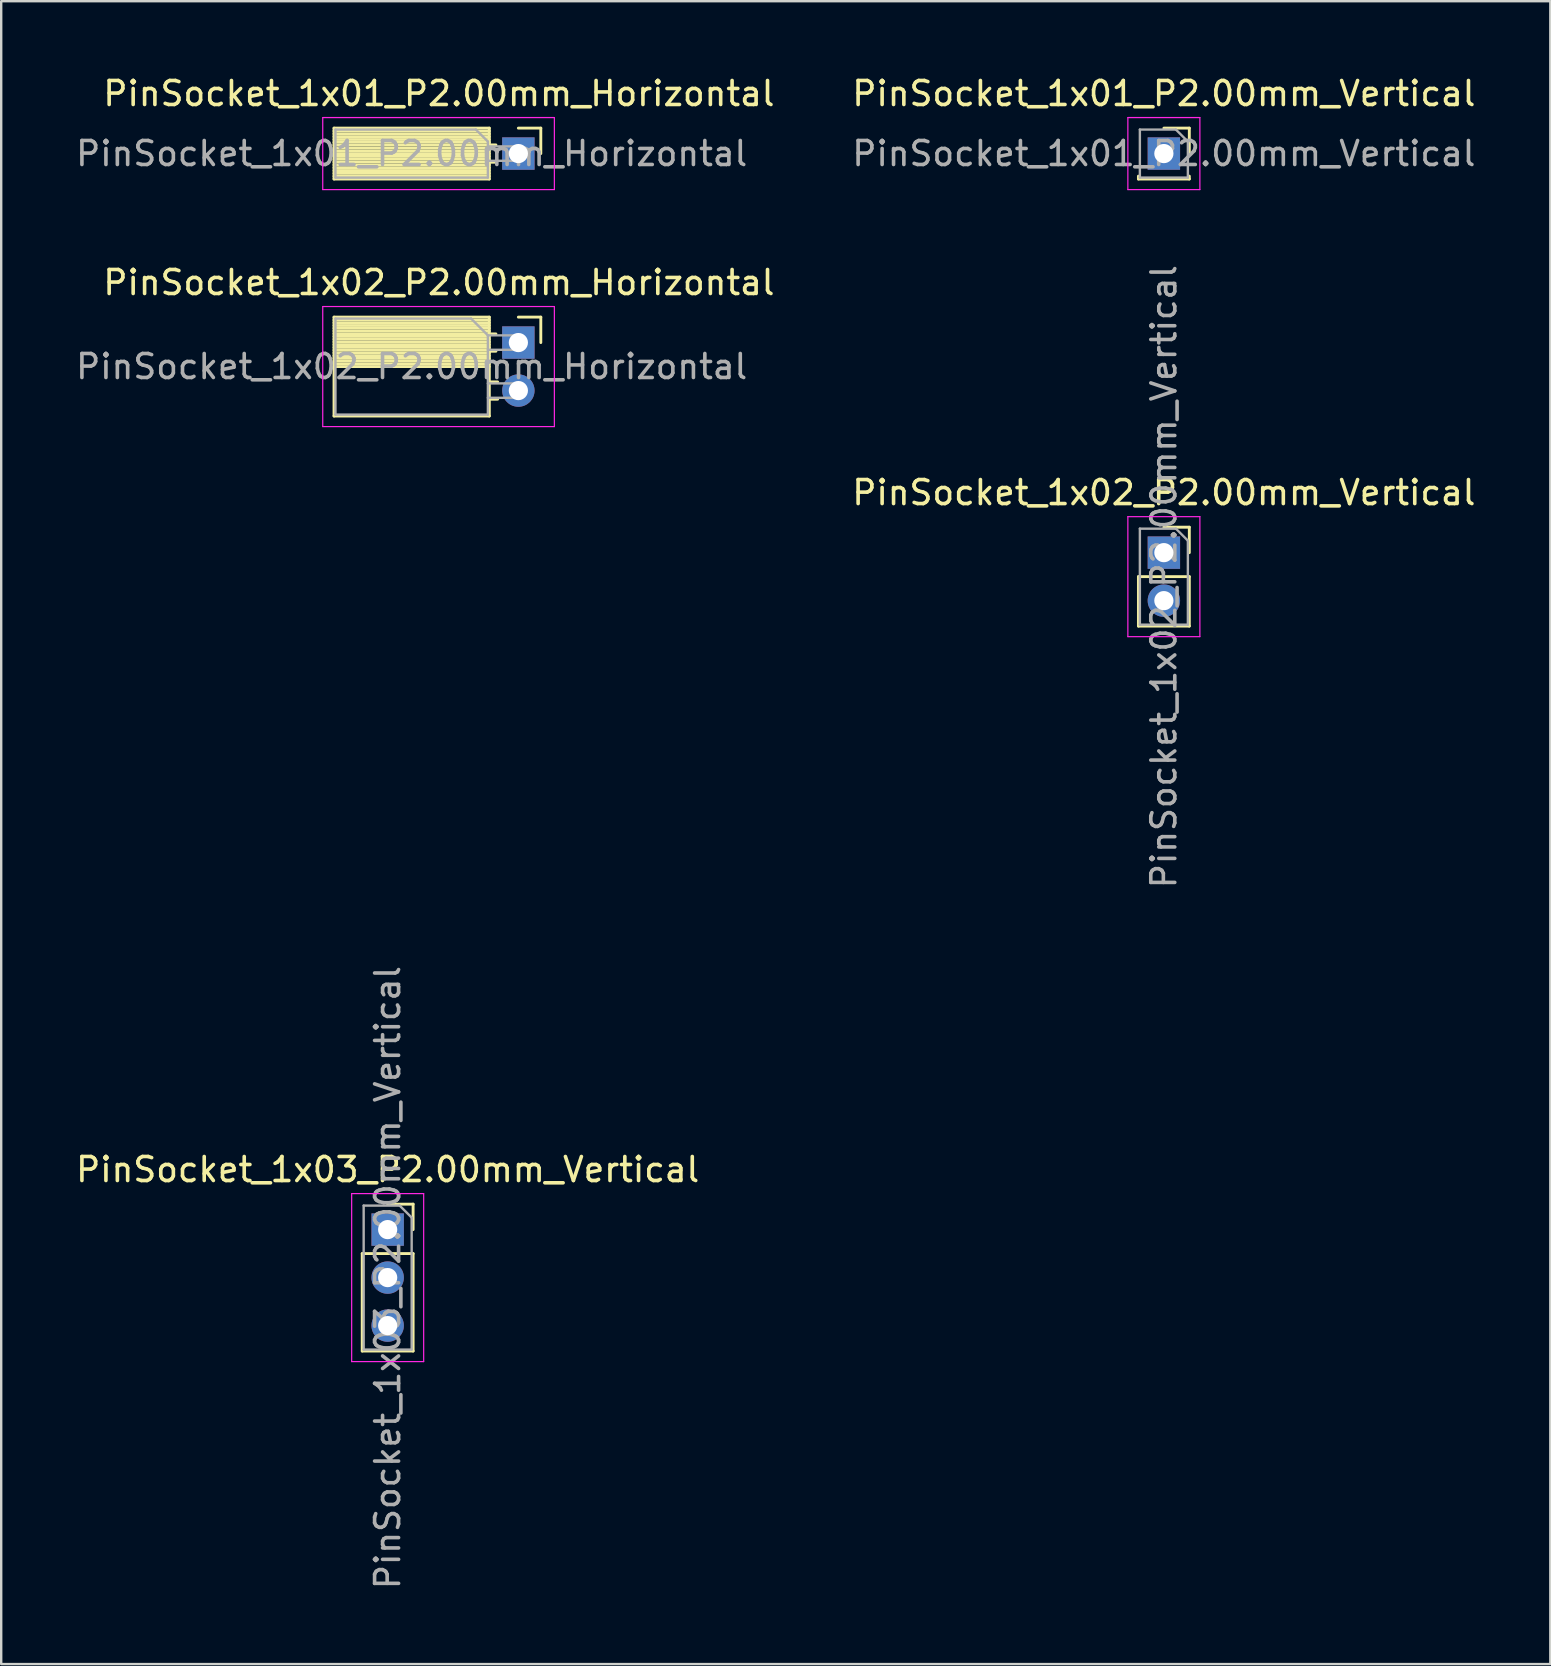
<source format=kicad_pcb>
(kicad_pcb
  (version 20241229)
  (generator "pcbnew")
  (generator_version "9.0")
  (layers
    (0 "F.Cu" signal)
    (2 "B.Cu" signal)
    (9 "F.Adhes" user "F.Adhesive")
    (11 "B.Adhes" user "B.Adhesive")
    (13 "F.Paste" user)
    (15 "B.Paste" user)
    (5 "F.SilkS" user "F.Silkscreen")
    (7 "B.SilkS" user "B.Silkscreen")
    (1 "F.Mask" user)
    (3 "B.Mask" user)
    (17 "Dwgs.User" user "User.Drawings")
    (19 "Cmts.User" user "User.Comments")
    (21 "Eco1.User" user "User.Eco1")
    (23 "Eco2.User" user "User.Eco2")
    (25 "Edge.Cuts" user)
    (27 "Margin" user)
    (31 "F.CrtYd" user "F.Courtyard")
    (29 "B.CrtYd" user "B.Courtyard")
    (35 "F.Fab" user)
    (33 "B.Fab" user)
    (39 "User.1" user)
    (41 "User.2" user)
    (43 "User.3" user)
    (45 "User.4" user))
  (footprint "PinSocket_1x03_P2.00mm_Vertical"
    (layer "F.Cu")
    (at 13.101 48.177)
    (property "Reference" "PinSocket_1x03_P2.00mm_Vertical" (at 0 -2.5 0) (layer "F.SilkS") (effects (font (size 1 1) (thickness 0.15))))
    (attr through_hole)
    (fp_line (start -1.06 1) (end -1.06 5.06) (stroke (width 0.12) (type solid)) (layer "F.SilkS"))
    (fp_line (start -1.06 1) (end 1.06 1) (stroke (width 0.12) (type solid)) (layer "F.SilkS"))
    (fp_line (start -1.06 5.06) (end 1.06 5.06) (stroke (width 0.12) (type solid)) (layer "F.SilkS"))
    (fp_line (start 0 -1.06) (end 1.06 -1.06) (stroke (width 0.12) (type solid)) (layer "F.SilkS"))
    (fp_line (start 1.06 -1.06) (end 1.06 0) (stroke (width 0.12) (type solid)) (layer "F.SilkS"))
    (fp_line (start 1.06 1) (end 1.06 5.06) (stroke (width 0.12) (type solid)) (layer "F.SilkS"))
    (fp_line (start -1.5 -1.5) (end 1.5 -1.5) (stroke (width 0.05) (type solid)) (layer "F.CrtYd"))
    (fp_line (start -1.5 5.5) (end -1.5 -1.5) (stroke (width 0.05) (type solid)) (layer "F.CrtYd"))
    (fp_line (start 1.5 -1.5) (end 1.5 5.5) (stroke (width 0.05) (type solid)) (layer "F.CrtYd"))
    (fp_line (start 1.5 5.5) (end -1.5 5.5) (stroke (width 0.05) (type solid)) (layer "F.CrtYd"))
    (fp_line (start -1 -1) (end 0.5 -1) (stroke (width 0.1) (type solid)) (layer "F.Fab"))
    (fp_line (start -1 5) (end -1 -1) (stroke (width 0.1) (type solid)) (layer "F.Fab"))
    (fp_line (start 0.5 -1) (end 1 -0.5) (stroke (width 0.1) (type solid)) (layer "F.Fab"))
    (fp_line (start 1 -0.5) (end 1 5) (stroke (width 0.1) (type solid)) (layer "F.Fab"))
    (fp_line (start 1 5) (end -1 5) (stroke (width 0.1) (type solid)) (layer "F.Fab"))
    (fp_text user "${REFERENCE}" (at 0 2 90) (layer "F.Fab") (effects (font (size 1 1) (thickness 0.15))))
    (pad "1" thru_hole rect (at 0 0) (size 1.35 1.35) (drill 0.8) (layers "*.Cu" "*.Mask"))
    (pad "2" thru_hole oval (at 0 2) (size 1.35 1.35) (drill 0.8) (layers "*.Cu" "*.Mask"))
    (pad "3" thru_hole oval (at 0 4) (size 1.35 1.35) (drill 0.8) (layers "*.Cu" "*.Mask")))
  (footprint "PinSocket_1x02_P2.00mm_Vertical"
    (layer "F.Cu")
    (at 45.439 19.974)
    (property "Reference" "PinSocket_1x02_P2.00mm_Vertical" (at 0 -2.5 0) (layer "F.SilkS") (effects (font (size 1 1) (thickness 0.15))))
    (attr through_hole)
    (fp_line (start -1.06 1) (end -1.06 3.06) (stroke (width 0.12) (type solid)) (layer "F.SilkS"))
    (fp_line (start -1.06 1) (end 1.06 1) (stroke (width 0.12) (type solid)) (layer "F.SilkS"))
    (fp_line (start -1.06 3.06) (end 1.06 3.06) (stroke (width 0.12) (type solid)) (layer "F.SilkS"))
    (fp_line (start 0 -1.06) (end 1.06 -1.06) (stroke (width 0.12) (type solid)) (layer "F.SilkS"))
    (fp_line (start 1.06 -1.06) (end 1.06 0) (stroke (width 0.12) (type solid)) (layer "F.SilkS"))
    (fp_line (start 1.06 1) (end 1.06 3.06) (stroke (width 0.12) (type solid)) (layer "F.SilkS"))
    (fp_line (start -1.5 -1.5) (end 1.5 -1.5) (stroke (width 0.05) (type solid)) (layer "F.CrtYd"))
    (fp_line (start -1.5 3.5) (end -1.5 -1.5) (stroke (width 0.05) (type solid)) (layer "F.CrtYd"))
    (fp_line (start 1.5 -1.5) (end 1.5 3.5) (stroke (width 0.05) (type solid)) (layer "F.CrtYd"))
    (fp_line (start 1.5 3.5) (end -1.5 3.5) (stroke (width 0.05) (type solid)) (layer "F.CrtYd"))
    (fp_line (start -1 -1) (end 0.5 -1) (stroke (width 0.1) (type solid)) (layer "F.Fab"))
    (fp_line (start -1 3) (end -1 -1) (stroke (width 0.1) (type solid)) (layer "F.Fab"))
    (fp_line (start 0.5 -1) (end 1 -0.5) (stroke (width 0.1) (type solid)) (layer "F.Fab"))
    (fp_line (start 1 -0.5) (end 1 3) (stroke (width 0.1) (type solid)) (layer "F.Fab"))
    (fp_line (start 1 3) (end -1 3) (stroke (width 0.1) (type solid)) (layer "F.Fab"))
    (fp_text user "${REFERENCE}" (at 0 1 90) (layer "F.Fab") (effects (font (size 1 1) (thickness 0.15))))
    (pad "1" thru_hole rect (at 0 0) (size 1.35 1.35) (drill 0.8) (layers "*.Cu" "*.Mask"))
    (pad "2" thru_hole oval (at 0 2) (size 1.35 1.35) (drill 0.8) (layers "*.Cu" "*.Mask")))
  (footprint "PinSocket_1x01_P2.00mm_Horizontal"
    (layer "F.Cu")
    (at 18.546 3.348)
    (property "Reference" "PinSocket_1x01_P2.00mm_Horizontal" (at -3.31 -2.5 0) (layer "F.SilkS") (effects (font (size 1 1) (thickness 0.15))))
    (attr through_hole)
    (fp_line (start -7.68 -1.06) (end -7.68 1.06) (stroke (width 0.12) (type solid)) (layer "F.SilkS"))
    (fp_line (start -7.68 -1.06) (end -1.21 -1.06) (stroke (width 0.12) (type solid)) (layer "F.SilkS"))
    (fp_line (start -7.68 -0.94) (end -1.21 -0.94) (stroke (width 0.12) (type solid)) (layer "F.SilkS"))
    (fp_line (start -7.68 -0.822) (end -1.21 -0.822) (stroke (width 0.12) (type solid)) (layer "F.SilkS"))
    (fp_line (start -7.68 -0.705) (end -1.21 -0.705) (stroke (width 0.12) (type solid)) (layer "F.SilkS"))
    (fp_line (start -7.68 -0.587) (end -1.21 -0.587) (stroke (width 0.12) (type solid)) (layer "F.SilkS"))
    (fp_line (start -7.68 -0.469) (end -1.21 -0.469) (stroke (width 0.12) (type solid)) (layer "F.SilkS"))
    (fp_line (start -7.68 -0.352) (end -1.21 -0.352) (stroke (width 0.12) (type solid)) (layer "F.SilkS"))
    (fp_line (start -7.68 -0.234) (end -1.21 -0.234) (stroke (width 0.12) (type solid)) (layer "F.SilkS"))
    (fp_line (start -7.68 -0.116) (end -1.21 -0.116) (stroke (width 0.12) (type solid)) (layer "F.SilkS"))
    (fp_line (start -7.68 0.001) (end -1.21 0.001) (stroke (width 0.12) (type solid)) (layer "F.SilkS"))
    (fp_line (start -7.68 0.119) (end -1.21 0.119) (stroke (width 0.12) (type solid)) (layer "F.SilkS"))
    (fp_line (start -7.68 0.236) (end -1.21 0.236) (stroke (width 0.12) (type solid)) (layer "F.SilkS"))
    (fp_line (start -7.68 0.354) (end -1.21 0.354) (stroke (width 0.12) (type solid)) (layer "F.SilkS"))
    (fp_line (start -7.68 0.472) (end -1.21 0.472) (stroke (width 0.12) (type solid)) (layer "F.SilkS"))
    (fp_line (start -7.68 0.589) (end -1.21 0.589) (stroke (width 0.12) (type solid)) (layer "F.SilkS"))
    (fp_line (start -7.68 0.707) (end -1.21 0.707) (stroke (width 0.12) (type solid)) (layer "F.SilkS"))
    (fp_line (start -7.68 0.825) (end -1.21 0.825) (stroke (width 0.12) (type solid)) (layer "F.SilkS"))
    (fp_line (start -7.68 0.942) (end -1.21 0.942) (stroke (width 0.12) (type solid)) (layer "F.SilkS"))
    (fp_line (start -7.68 1.06) (end -1.21 1.06) (stroke (width 0.12) (type solid)) (layer "F.SilkS"))
    (fp_line (start -1.21 -1.06) (end -1.21 1.06) (stroke (width 0.12) (type solid)) (layer "F.SilkS"))
    (fp_line (start -1.21 -0.36) (end -0.935 -0.36) (stroke (width 0.12) (type solid)) (layer "F.SilkS"))
    (fp_line (start -1.21 0.36) (end -0.935 0.36) (stroke (width 0.12) (type solid)) (layer "F.SilkS"))
    (fp_line (start 0 -1.06) (end 0.935 -1.06) (stroke (width 0.12) (type solid)) (layer "F.SilkS"))
    (fp_line (start 0.935 -1.06) (end 0.935 0) (stroke (width 0.12) (type solid)) (layer "F.SilkS"))
    (fp_line (start -8.15 -1.5) (end -8.15 1.5) (stroke (width 0.05) (type solid)) (layer "F.CrtYd"))
    (fp_line (start -8.15 1.5) (end 1.5 1.5) (stroke (width 0.05) (type solid)) (layer "F.CrtYd"))
    (fp_line (start 1.5 -1.5) (end -8.15 -1.5) (stroke (width 0.05) (type solid)) (layer "F.CrtYd"))
    (fp_line (start 1.5 1.5) (end 1.5 -1.5) (stroke (width 0.05) (type solid)) (layer "F.CrtYd"))
    (fp_line (start -7.62 -1) (end -1.77 -1) (stroke (width 0.1) (type solid)) (layer "F.Fab"))
    (fp_line (start -7.62 1) (end -7.62 -1) (stroke (width 0.1) (type solid)) (layer "F.Fab"))
    (fp_line (start -1.77 -1) (end -1.27 -0.5) (stroke (width 0.1) (type solid)) (layer "F.Fab"))
    (fp_line (start -1.27 -0.5) (end -1.27 1) (stroke (width 0.1) (type solid)) (layer "F.Fab"))
    (fp_line (start -1.27 0.3) (end 0 0.3) (stroke (width 0.1) (type solid)) (layer "F.Fab"))
    (fp_line (start -1.27 1) (end -7.62 1) (stroke (width 0.1) (type solid)) (layer "F.Fab"))
    (fp_line (start 0 -0.3) (end -1.27 -0.3) (stroke (width 0.1) (type solid)) (layer "F.Fab"))
    (fp_line (start 0 0.3) (end 0 -0.3) (stroke (width 0.1) (type solid)) (layer "F.Fab"))
    (fp_text user "${REFERENCE}" (at -4.445 0 0) (layer "F.Fab") (effects (font (size 1 1) (thickness 0.15))))
    (pad "1" thru_hole rect (at 0 0) (size 1.35 1.35) (drill 0.8) (layers "*.Cu" "*.Mask")))
  (footprint "PinSocket_1x02_P2.00mm_Horizontal"
    (layer "F.Cu")
    (at 18.546 11.222)
    (property "Reference" "PinSocket_1x02_P2.00mm_Horizontal" (at -3.31 -2.5 0) (layer "F.SilkS") (effects (font (size 1 1) (thickness 0.15))))
    (attr through_hole)
    (fp_line (start -7.68 -1.06) (end -7.68 3.06) (stroke (width 0.12) (type solid)) (layer "F.SilkS"))
    (fp_line (start -7.68 -1.06) (end -1.21 -1.06) (stroke (width 0.12) (type solid)) (layer "F.SilkS"))
    (fp_line (start -7.68 -0.94) (end -1.21 -0.94) (stroke (width 0.12) (type solid)) (layer "F.SilkS"))
    (fp_line (start -7.68 -0.826) (end -1.21 -0.826) (stroke (width 0.12) (type solid)) (layer "F.SilkS"))
    (fp_line (start -7.68 -0.712) (end -1.21 -0.712) (stroke (width 0.12) (type solid)) (layer "F.SilkS"))
    (fp_line (start -7.68 -0.598) (end -1.21 -0.598) (stroke (width 0.12) (type solid)) (layer "F.SilkS"))
    (fp_line (start -7.68 -0.484) (end -1.21 -0.484) (stroke (width 0.12) (type solid)) (layer "F.SilkS"))
    (fp_line (start -7.68 -0.369) (end -1.21 -0.369) (stroke (width 0.12) (type solid)) (layer "F.SilkS"))
    (fp_line (start -7.68 -0.255) (end -1.21 -0.255) (stroke (width 0.12) (type solid)) (layer "F.SilkS"))
    (fp_line (start -7.68 -0.141) (end -1.21 -0.141) (stroke (width 0.12) (type solid)) (layer "F.SilkS"))
    (fp_line (start -7.68 -0.027) (end -1.21 -0.027) (stroke (width 0.12) (type solid)) (layer "F.SilkS"))
    (fp_line (start -7.68 0.087) (end -1.21 0.087) (stroke (width 0.12) (type solid)) (layer "F.SilkS"))
    (fp_line (start -7.68 0.201) (end -1.21 0.201) (stroke (width 0.12) (type solid)) (layer "F.SilkS"))
    (fp_line (start -7.68 0.315) (end -1.21 0.315) (stroke (width 0.12) (type solid)) (layer "F.SilkS"))
    (fp_line (start -7.68 0.429) (end -1.21 0.429) (stroke (width 0.12) (type solid)) (layer "F.SilkS"))
    (fp_line (start -7.68 0.544) (end -1.21 0.544) (stroke (width 0.12) (type solid)) (layer "F.SilkS"))
    (fp_line (start -7.68 0.658) (end -1.21 0.658) (stroke (width 0.12) (type solid)) (layer "F.SilkS"))
    (fp_line (start -7.68 0.772) (end -1.21 0.772) (stroke (width 0.12) (type solid)) (layer "F.SilkS"))
    (fp_line (start -7.68 0.886) (end -1.21 0.886) (stroke (width 0.12) (type solid)) (layer "F.SilkS"))
    (fp_line (start -7.68 1) (end -1.21 1) (stroke (width 0.12) (type solid)) (layer "F.SilkS"))
    (fp_line (start -7.68 3.06) (end -1.21 3.06) (stroke (width 0.12) (type solid)) (layer "F.SilkS"))
    (fp_line (start -1.21 -1.06) (end -1.21 3.06) (stroke (width 0.12) (type solid)) (layer "F.SilkS"))
    (fp_line (start -1.21 -0.36) (end -0.935 -0.36) (stroke (width 0.12) (type solid)) (layer "F.SilkS"))
    (fp_line (start -1.21 0.36) (end -0.935 0.36) (stroke (width 0.12) (type solid)) (layer "F.SilkS"))
    (fp_line (start -1.21 1.64) (end -0.863 1.64) (stroke (width 0.12) (type solid)) (layer "F.SilkS"))
    (fp_line (start -1.21 2.36) (end -0.863 2.36) (stroke (width 0.12) (type solid)) (layer "F.SilkS"))
    (fp_line (start 0 -1.06) (end 0.935 -1.06) (stroke (width 0.12) (type solid)) (layer "F.SilkS"))
    (fp_line (start 0.935 -1.06) (end 0.935 0) (stroke (width 0.12) (type solid)) (layer "F.SilkS"))
    (fp_line (start -8.15 -1.5) (end -8.15 3.5) (stroke (width 0.05) (type solid)) (layer "F.CrtYd"))
    (fp_line (start -8.15 3.5) (end 1.5 3.5) (stroke (width 0.05) (type solid)) (layer "F.CrtYd"))
    (fp_line (start 1.5 -1.5) (end -8.15 -1.5) (stroke (width 0.05) (type solid)) (layer "F.CrtYd"))
    (fp_line (start 1.5 3.5) (end 1.5 -1.5) (stroke (width 0.05) (type solid)) (layer "F.CrtYd"))
    (fp_line (start -7.62 -1) (end -1.97 -1) (stroke (width 0.1) (type solid)) (layer "F.Fab"))
    (fp_line (start -7.62 3) (end -7.62 -1) (stroke (width 0.1) (type solid)) (layer "F.Fab"))
    (fp_line (start -1.97 -1) (end -1.27 -0.3) (stroke (width 0.1) (type solid)) (layer "F.Fab"))
    (fp_line (start -1.27 -0.3) (end -1.27 3) (stroke (width 0.1) (type solid)) (layer "F.Fab"))
    (fp_line (start -1.27 0.3) (end 0 0.3) (stroke (width 0.1) (type solid)) (layer "F.Fab"))
    (fp_line (start -1.27 2.3) (end 0 2.3) (stroke (width 0.1) (type solid)) (layer "F.Fab"))
    (fp_line (start -1.27 3) (end -7.62 3) (stroke (width 0.1) (type solid)) (layer "F.Fab"))
    (fp_line (start 0 -0.3) (end -1.27 -0.3) (stroke (width 0.1) (type solid)) (layer "F.Fab"))
    (fp_line (start 0 0.3) (end 0 -0.3) (stroke (width 0.1) (type solid)) (layer "F.Fab"))
    (fp_line (start 0 1.7) (end -1.27 1.7) (stroke (width 0.1) (type solid)) (layer "F.Fab"))
    (fp_line (start 0 2.3) (end 0 1.7) (stroke (width 0.1) (type solid)) (layer "F.Fab"))
    (fp_text user "${REFERENCE}" (at -4.445 1 0) (layer "F.Fab") (effects (font (size 1 1) (thickness 0.15))))
    (pad "1" thru_hole rect (at 0 0) (size 1.35 1.35) (drill 0.8) (layers "*.Cu" "*.Mask"))
    (pad "2" thru_hole oval (at 0 2) (size 1.35 1.35) (drill 0.8) (layers "*.Cu" "*.Mask")))
  (footprint "PinSocket_1x01_P2.00mm_Vertical"
    (layer "F.Cu")
    (at 45.439 3.348)
    (property "Reference" "PinSocket_1x01_P2.00mm_Vertical" (at 0 -2.5 0) (layer "F.SilkS") (effects (font (size 1 1) (thickness 0.15))))
    (attr through_hole)
    (fp_line (start -1.06 0.94) (end -1.06 1.06) (stroke (width 0.12) (type solid)) (layer "F.SilkS"))
    (fp_line (start -1.06 1.06) (end 1.06 1.06) (stroke (width 0.12) (type solid)) (layer "F.SilkS"))
    (fp_line (start 0 -1.06) (end 1.06 -1.06) (stroke (width 0.12) (type solid)) (layer "F.SilkS"))
    (fp_line (start 1.06 -1.06) (end 1.06 0) (stroke (width 0.12) (type solid)) (layer "F.SilkS"))
    (fp_line (start 1.06 0.94) (end 1.06 1.06) (stroke (width 0.12) (type solid)) (layer "F.SilkS"))
    (fp_line (start -1.5 -1.5) (end 1.5 -1.5) (stroke (width 0.05) (type solid)) (layer "F.CrtYd"))
    (fp_line (start -1.5 1.5) (end -1.5 -1.5) (stroke (width 0.05) (type solid)) (layer "F.CrtYd"))
    (fp_line (start 1.5 -1.5) (end 1.5 1.5) (stroke (width 0.05) (type solid)) (layer "F.CrtYd"))
    (fp_line (start 1.5 1.5) (end -1.5 1.5) (stroke (width 0.05) (type solid)) (layer "F.CrtYd"))
    (fp_line (start -1 -1) (end 0.5 -1) (stroke (width 0.1) (type solid)) (layer "F.Fab"))
    (fp_line (start -1 1) (end -1 -1) (stroke (width 0.1) (type solid)) (layer "F.Fab"))
    (fp_line (start 0.5 -1) (end 1 -0.5) (stroke (width 0.1) (type solid)) (layer "F.Fab"))
    (fp_line (start 1 -0.5) (end 1 1) (stroke (width 0.1) (type solid)) (layer "F.Fab"))
    (fp_line (start 1 1) (end -1 1) (stroke (width 0.1) (type solid)) (layer "F.Fab"))
    (fp_text user "${REFERENCE}" (at 0 0 0) (layer "F.Fab") (effects (font (size 1 1) (thickness 0.15))))
    (pad "1" thru_hole rect (at 0 0) (size 1.35 1.35) (drill 0.8) (layers "*.Cu" "*.Mask")))
  (gr_rect
    (start -3 -3)
    (end 61.54 66.278)
    (stroke (width 0.1) (type default))
    (fill no)
    (layer "Edge.Cuts")))
</source>
